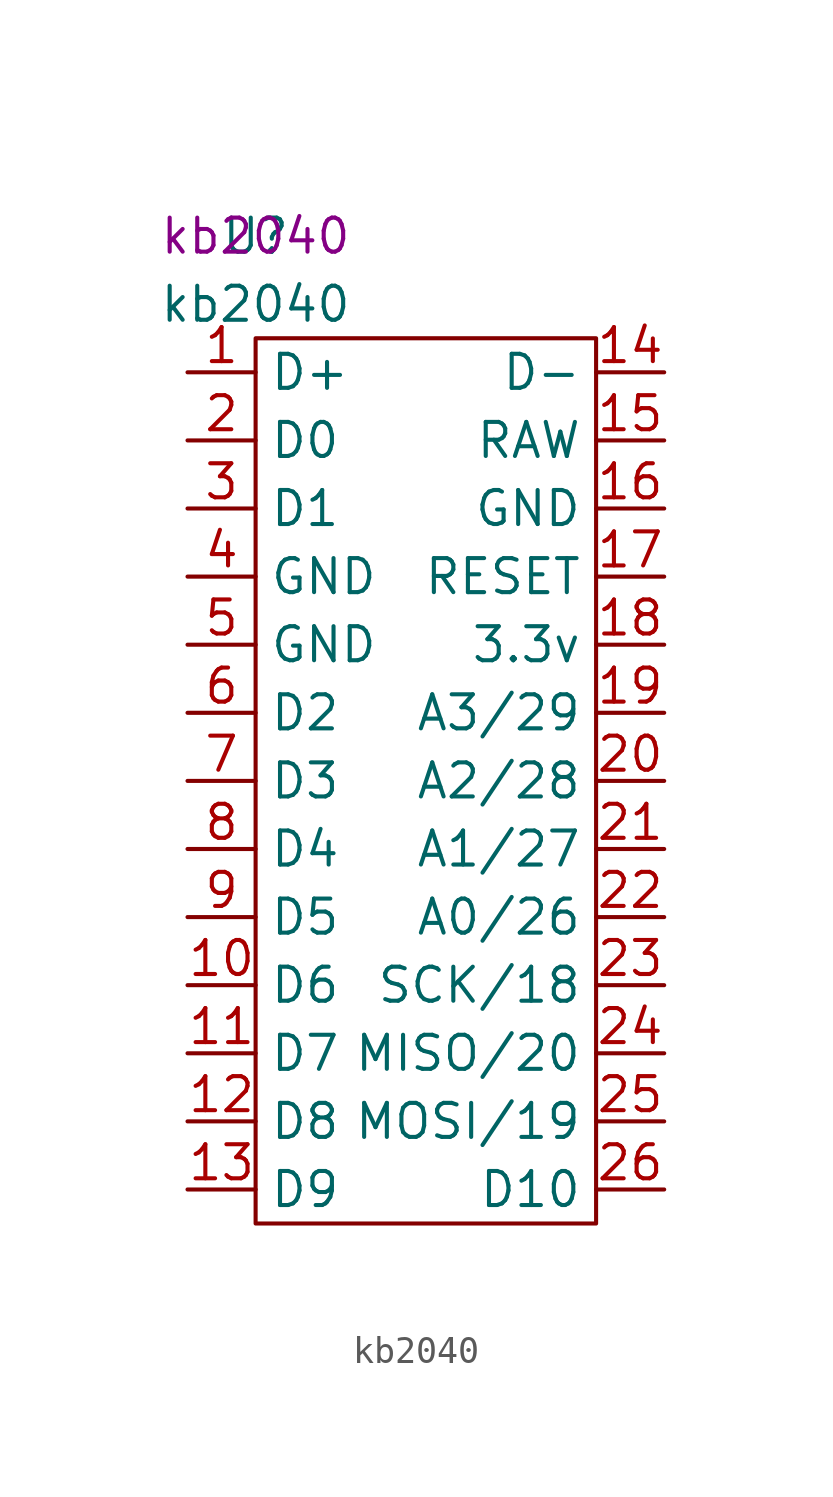
<source format=kicad_sym>
(kicad_symbol_lib
  (version 20231120)
  (generator "kicad_symbol_editor")
  (generator_version "8.0")
  (symbol "kb2040"
    (property "Reference" "U"
      (at 0 0 0)
      (effects (font (size 1.27 1.27))))
    (property "Value" "kb2040"
      (at 0 -2.54 0)
      (effects (font (size 1.27 1.27))))
    (property "Footprint" "kb2040"
      (at 0 0 0)
      (effects (font (size 1.27 1.27))))
    (symbol "kb2040_0_1"
      (rectangle (start 0 -3.81) (end 12.7 -36.83) (stroke (width 0.152) (type default)) (fill (type none))))
    (symbol "kb2040_1_1"
      (pin bidirectional line (at -2.54 -5.08 0) (length 2.54) (name "D+" (effects (font (size 1.27 1.27)))) (number "1" (effects (font (size 1.27 1.27)))))
      (pin bidirectional line (at -2.54 -27.94 0) (length 2.54) (name "D6" (effects (font (size 1.27 1.27)))) (number "10" (effects (font (size 1.27 1.27)))))
      (pin bidirectional line (at -2.54 -30.48 0) (length 2.54) (name "D7" (effects (font (size 1.27 1.27)))) (number "11" (effects (font (size 1.27 1.27)))))
      (pin bidirectional line (at -2.54 -33.02 0) (length 2.54) (name "D8" (effects (font (size 1.27 1.27)))) (number "12" (effects (font (size 1.27 1.27)))))
      (pin bidirectional line (at -2.54 -35.56 0) (length 2.54) (name "D9" (effects (font (size 1.27 1.27)))) (number "13" (effects (font (size 1.27 1.27)))))
      (pin bidirectional line (at 15.24 -5.08 180) (length 2.54) (name "D-" (effects (font (size 1.27 1.27)))) (number "14" (effects (font (size 1.27 1.27)))))
      (pin bidirectional line (at 15.24 -7.62 180) (length 2.54) (name "RAW" (effects (font (size 1.27 1.27)))) (number "15" (effects (font (size 1.27 1.27)))))
      (pin bidirectional line (at 15.24 -10.16 180) (length 2.54) (name "GND" (effects (font (size 1.27 1.27)))) (number "16" (effects (font (size 1.27 1.27)))))
      (pin bidirectional line (at 15.24 -12.7 180) (length 2.54) (name "RESET" (effects (font (size 1.27 1.27)))) (number "17" (effects (font (size 1.27 1.27)))))
      (pin bidirectional line (at 15.24 -15.24 180) (length 2.54) (name "3.3v" (effects (font (size 1.27 1.27)))) (number "18" (effects (font (size 1.27 1.27)))))
      (pin bidirectional line (at 15.24 -17.78 180) (length 2.54) (name "A3/29" (effects (font (size 1.27 1.27)))) (number "19" (effects (font (size 1.27 1.27)))))
      (pin bidirectional line (at -2.54 -7.62 0) (length 2.54) (name "D0" (effects (font (size 1.27 1.27)))) (number "2" (effects (font (size 1.27 1.27)))))
      (pin bidirectional line (at 15.24 -20.32 180) (length 2.54) (name "A2/28" (effects (font (size 1.27 1.27)))) (number "20" (effects (font (size 1.27 1.27)))))
      (pin bidirectional line (at 15.24 -22.86 180) (length 2.54) (name "A1/27" (effects (font (size 1.27 1.27)))) (number "21" (effects (font (size 1.27 1.27)))))
      (pin bidirectional line (at 15.24 -25.4 180) (length 2.54) (name "A0/26" (effects (font (size 1.27 1.27)))) (number "22" (effects (font (size 1.27 1.27)))))
      (pin bidirectional line (at 15.24 -27.94 180) (length 2.54) (name "SCK/18" (effects (font (size 1.27 1.27)))) (number "23" (effects (font (size 1.27 1.27)))))
      (pin bidirectional line (at 15.24 -30.48 180) (length 2.54) (name "MISO/20" (effects (font (size 1.27 1.27)))) (number "24" (effects (font (size 1.27 1.27)))))
      (pin bidirectional line (at 15.24 -33.02 180) (length 2.54) (name "MOSI/19" (effects (font (size 1.27 1.27)))) (number "25" (effects (font (size 1.27 1.27)))))
      (pin bidirectional line (at 15.24 -35.56 180) (length 2.54) (name "D10" (effects (font (size 1.27 1.27)))) (number "26" (effects (font (size 1.27 1.27)))))
      (pin bidirectional line (at -2.54 -10.16 0) (length 2.54) (name "D1" (effects (font (size 1.27 1.27)))) (number "3" (effects (font (size 1.27 1.27)))))
      (pin bidirectional line (at -2.54 -12.7 0) (length 2.54) (name "GND" (effects (font (size 1.27 1.27)))) (number "4" (effects (font (size 1.27 1.27)))))
      (pin bidirectional line (at -2.54 -15.24 0) (length 2.54) (name "GND" (effects (font (size 1.27 1.27)))) (number "5" (effects (font (size 1.27 1.27)))))
      (pin bidirectional line (at -2.54 -17.78 0) (length 2.54) (name "D2" (effects (font (size 1.27 1.27)))) (number "6" (effects (font (size 1.27 1.27)))))
      (pin bidirectional line (at -2.54 -20.32 0) (length 2.54) (name "D3" (effects (font (size 1.27 1.27)))) (number "7" (effects (font (size 1.27 1.27)))))
      (pin bidirectional line (at -2.54 -22.86 0) (length 2.54) (name "D4" (effects (font (size 1.27 1.27)))) (number "8" (effects (font (size 1.27 1.27)))))
      (pin bidirectional line (at -2.54 -25.4 0) (length 2.54) (name "D5" (effects (font (size 1.27 1.27)))) (number "9" (effects (font (size 1.27 1.27))))))))
</source>
